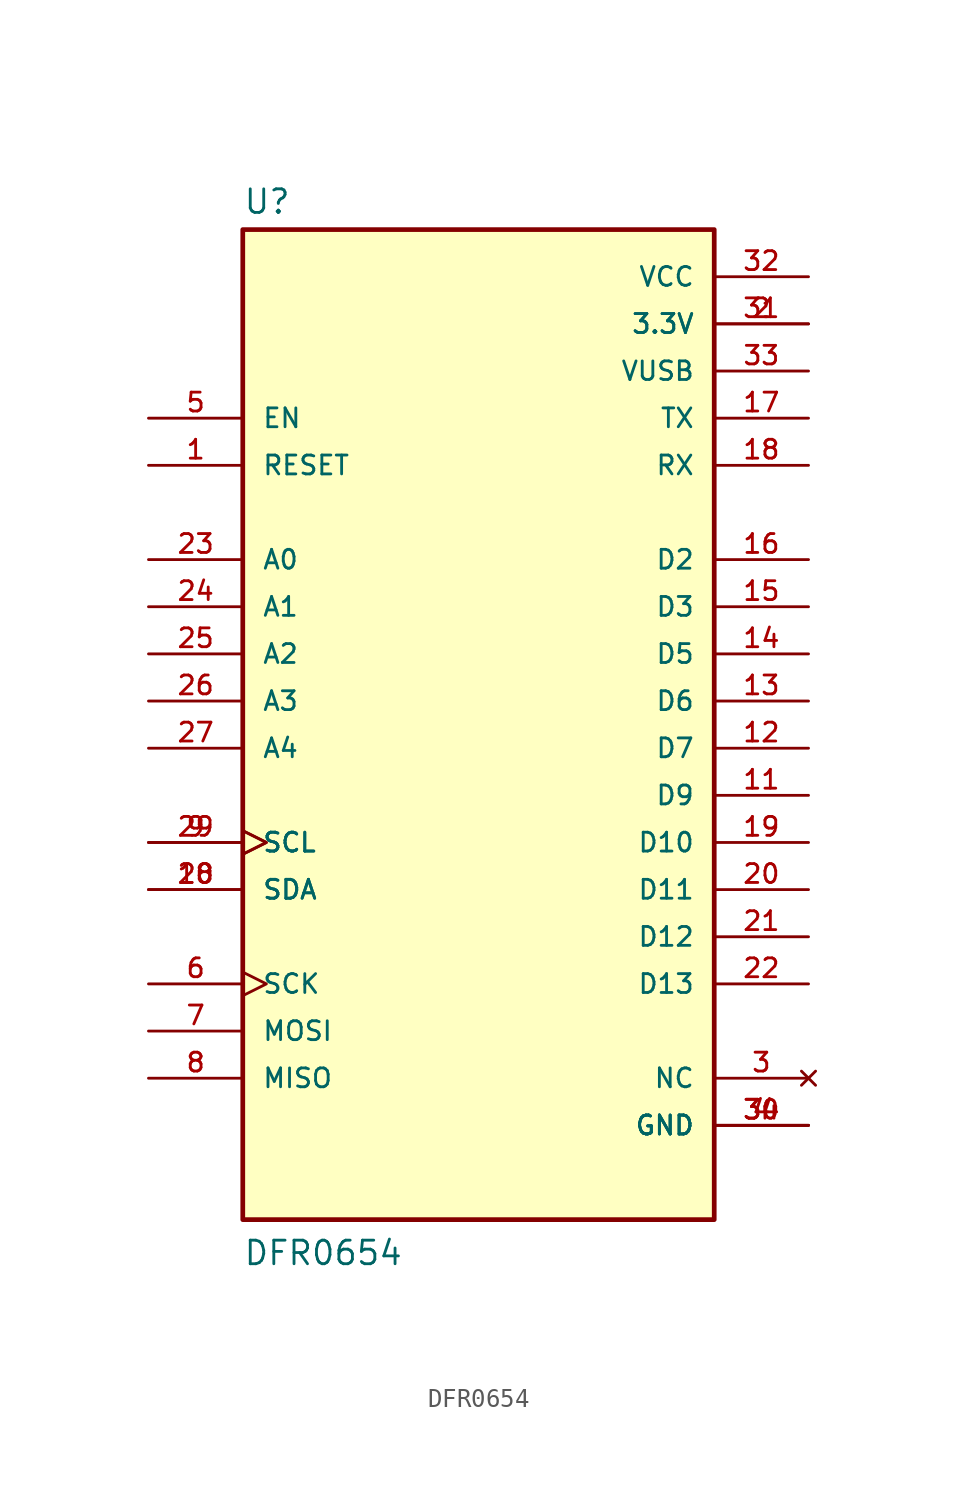
<source format=kicad_sym>
(kicad_symbol_lib
  (version 20231120)
  (generator "kicad_symbol_editor")
  (generator_version "8.0")
  (symbol "DFR0654"
    (pin_names
      (offset 1.016))
    (property "Reference" "U"
      (at -12.7 26.162 0)
      (effects (font (size 1.27 1.27)) (justify left bottom)))
    (property "Value" "DFR0654"
      (at -12.7 -30.48 0)
      (effects (font (size 1.27 1.27)) (justify left bottom)))
    (symbol "DFR0654_0_0"
      (rectangle (start -12.7 -27.94) (end 12.7 25.4) (stroke (width 0.254) (type default)) (fill (type background)))
      (pin input line (at -17.78 12.7 0) (length 5.08) (name "RESET" (effects (font (size 1.016 1.016)))) (number "1" (effects (font (size 1.016 1.016)))))
      (pin bidirectional line (at -17.78 -10.16 0) (length 5.08) (name "SDA" (effects (font (size 1.016 1.016)))) (number "10" (effects (font (size 1.016 1.016)))))
      (pin bidirectional line (at 17.78 -5.08 180) (length 5.08) (name "D9" (effects (font (size 1.016 1.016)))) (number "11" (effects (font (size 1.016 1.016)))))
      (pin bidirectional line (at 17.78 -2.54 180) (length 5.08) (name "D7" (effects (font (size 1.016 1.016)))) (number "12" (effects (font (size 1.016 1.016)))))
      (pin bidirectional line (at 17.78 0 180) (length 5.08) (name "D6" (effects (font (size 1.016 1.016)))) (number "13" (effects (font (size 1.016 1.016)))))
      (pin bidirectional line (at 17.78 2.54 180) (length 5.08) (name "D5" (effects (font (size 1.016 1.016)))) (number "14" (effects (font (size 1.016 1.016)))))
      (pin bidirectional line (at 17.78 5.08 180) (length 5.08) (name "D3" (effects (font (size 1.016 1.016)))) (number "15" (effects (font (size 1.016 1.016)))))
      (pin bidirectional line (at 17.78 7.62 180) (length 5.08) (name "D2" (effects (font (size 1.016 1.016)))) (number "16" (effects (font (size 1.016 1.016)))))
      (pin output line (at 17.78 15.24 180) (length 5.08) (name "TX" (effects (font (size 1.016 1.016)))) (number "17" (effects (font (size 1.016 1.016)))))
      (pin input line (at 17.78 12.7 180) (length 5.08) (name "RX" (effects (font (size 1.016 1.016)))) (number "18" (effects (font (size 1.016 1.016)))))
      (pin bidirectional line (at 17.78 -7.62 180) (length 5.08) (name "D10" (effects (font (size 1.016 1.016)))) (number "19" (effects (font (size 1.016 1.016)))))
      (pin power_in line (at 17.78 20.32 180) (length 5.08) (name "3.3V" (effects (font (size 1.016 1.016)))) (number "2" (effects (font (size 1.016 1.016)))))
      (pin bidirectional line (at 17.78 -10.16 180) (length 5.08) (name "D11" (effects (font (size 1.016 1.016)))) (number "20" (effects (font (size 1.016 1.016)))))
      (pin bidirectional line (at 17.78 -12.7 180) (length 5.08) (name "D12" (effects (font (size 1.016 1.016)))) (number "21" (effects (font (size 1.016 1.016)))))
      (pin bidirectional line (at 17.78 -15.24 180) (length 5.08) (name "D13" (effects (font (size 1.016 1.016)))) (number "22" (effects (font (size 1.016 1.016)))))
      (pin input line (at -17.78 7.62 0) (length 5.08) (name "A0" (effects (font (size 1.016 1.016)))) (number "23" (effects (font (size 1.016 1.016)))))
      (pin input line (at -17.78 5.08 0) (length 5.08) (name "A1" (effects (font (size 1.016 1.016)))) (number "24" (effects (font (size 1.016 1.016)))))
      (pin input line (at -17.78 2.54 0) (length 5.08) (name "A2" (effects (font (size 1.016 1.016)))) (number "25" (effects (font (size 1.016 1.016)))))
      (pin input line (at -17.78 0 0) (length 5.08) (name "A3" (effects (font (size 1.016 1.016)))) (number "26" (effects (font (size 1.016 1.016)))))
      (pin input line (at -17.78 -2.54 0) (length 5.08) (name "A4" (effects (font (size 1.016 1.016)))) (number "27" (effects (font (size 1.016 1.016)))))
      (pin bidirectional line (at -17.78 -10.16 0) (length 5.08) (name "SDA" (effects (font (size 1.016 1.016)))) (number "28" (effects (font (size 1.016 1.016)))))
      (pin input clock (at -17.78 -7.62 0) (length 5.08) (name "SCL" (effects (font (size 1.016 1.016)))) (number "29" (effects (font (size 1.016 1.016)))))
      (pin no_connect line (at 17.78 -20.32 180) (length 5.08) (name "NC" (effects (font (size 1.016 1.016)))) (number "3" (effects (font (size 1.016 1.016)))))
      (pin power_in line (at 17.78 -22.86 180) (length 5.08) (name "GND" (effects (font (size 1.016 1.016)))) (number "30" (effects (font (size 1.016 1.016)))))
      (pin power_out line (at 17.78 20.32 180) (length 5.08) (name "3.3V" (effects (font (size 1.016 1.016)))) (number "31" (effects (font (size 1.016 1.016)))))
      (pin power_out line (at 17.78 22.86 180) (length 5.08) (name "VCC" (effects (font (size 1.016 1.016)))) (number "32" (effects (font (size 1.016 1.016)))))
      (pin power_in line (at 17.78 -22.86 180) (length 5.08) (name "GND" (effects (font (size 1.016 1.016)))) (number "4" (effects (font (size 1.016 1.016)))))
      (pin input line (at -17.78 15.24 0) (length 5.08) (name "EN" (effects (font (size 1.016 1.016)))) (number "5" (effects (font (size 1.016 1.016)))))
      (pin input clock (at -17.78 -15.24 0) (length 5.08) (name "SCK" (effects (font (size 1.016 1.016)))) (number "6" (effects (font (size 1.016 1.016)))))
      (pin input line (at -17.78 -17.78 0) (length 5.08) (name "MOSI" (effects (font (size 1.016 1.016)))) (number "7" (effects (font (size 1.016 1.016)))))
      (pin output line (at -17.78 -20.32 0) (length 5.08) (name "MISO" (effects (font (size 1.016 1.016)))) (number "8" (effects (font (size 1.016 1.016)))))
      (pin input clock (at -17.78 -7.62 0) (length 5.08) (name "SCL" (effects (font (size 1.016 1.016)))) (number "9" (effects (font (size 1.016 1.016))))))
    (symbol "DFR0654_1_0"
      (pin power_in line (at 17.78 -22.86 180) (length 5.08) (name "GND" (effects (font (size 1.016 1.016)))) (number "34" (effects (font (size 1.016 1.016))))))
    (symbol "DFR0654_1_1"
      (pin power_in line (at 17.78 17.78 180) (length 5.08) (name "VUSB" (effects (font (size 1 1)))) (number "33" (effects (font (size 1 1))))))))
</source>
